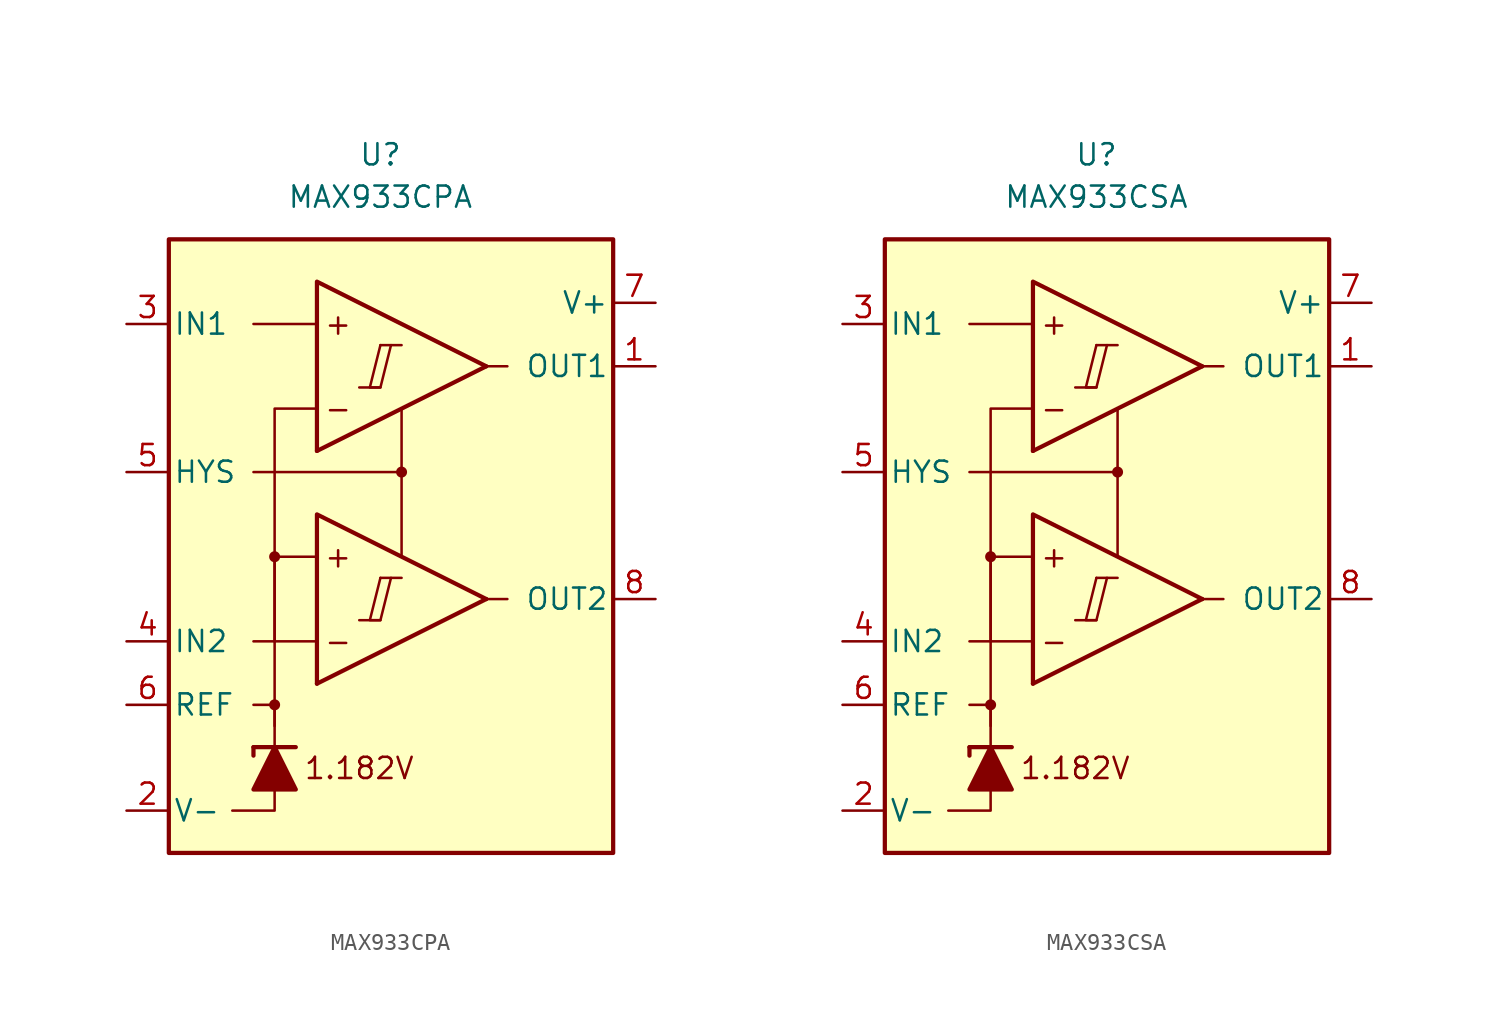
<source format=kicad_sym>
(kicad_symbol_lib
  (version 20231120)
  (generator "kicad_symbol_editor")
  (generator_version "8.0")
  (symbol "MAX933CPA"
    (pin_names
      (offset 0.254))
    (property "Reference" "U"
      (at -1.27 22.86 0)
      (effects (font (size 1.27 1.27))))
    (property "Value" "MAX933CPA"
      (at -1.27 20.32 0)
      (effects (font (size 1.27 1.27))))
    (symbol "MAX933CPA_0_0"
      (rectangle (start -13.97 17.78) (end 12.7 -19.05) (stroke (width 0.254) (type default)) (fill (type background)))
      (circle (center -7.62 -10.16) (radius 0.254) (stroke (width 0.152) (type default)) (fill (type outline)))
      (circle (center -7.62 -1.27) (radius 0.254) (stroke (width 0.152) (type default)) (fill (type outline)))
      (polyline (pts (xy -2.54 -5.08) (xy -1.27 -5.08)) (stroke (width 0.152) (type default)) (fill (type none)))
      (polyline (pts (xy -2.54 8.89) (xy -1.27 8.89)) (stroke (width 0.152) (type default)) (fill (type none)))
      (polyline (pts (xy -1.27 -2.54) (xy 0 -2.54)) (stroke (width 0.152) (type default)) (fill (type none)))
      (polyline (pts (xy -1.27 11.43) (xy 0 11.43)) (stroke (width 0.152) (type default)) (fill (type none)))
      (polyline (pts (xy 5.08 -3.81) (xy -5.08 -8.89)) (stroke (width 0.254) (type default)) (fill (type none)))
      (polyline (pts (xy 5.08 10.16) (xy -5.08 5.08)) (stroke (width 0.254) (type default)) (fill (type none)))
      (polyline (pts (xy 5.08 -3.81) (xy -5.08 1.27) (xy -5.08 -8.89)) (stroke (width 0.254) (type default)) (fill (type background)))
      (polyline (pts (xy 5.08 10.16) (xy -5.08 15.24) (xy -5.08 5.08)) (stroke (width 0.254) (type default)) (fill (type background)))
      (polyline (pts (xy -1.27 -2.54) (xy -1.905 -5.08) (xy -1.27 -5.08) (xy -0.635 -2.54)) (stroke (width 0.152) (type default)) (fill (type none)))
      (polyline (pts (xy -1.27 11.43) (xy -1.905 8.89) (xy -1.27 8.89) (xy -0.635 11.43)) (stroke (width 0.152) (type default)) (fill (type none)))
      (circle (center 0 3.81) (radius 0.254) (stroke (width 0.152) (type default)) (fill (type outline)))
      (text "+" (at -3.81 -1.27 0) (effects (font (size 1.27 1.27))))
      (text "+" (at -3.81 12.7 0) (effects (font (size 1.27 1.27))))
      (text "-" (at -3.81 -6.35 0) (effects (font (size 1.27 1.27))))
      (text "-" (at -3.81 7.62 0) (effects (font (size 1.27 1.27))))
      (text "1.182V" (at -2.54 -13.97 0) (effects (font (size 1.27 1.27)))))
    (symbol "MAX933CPA_0_1"
      (polyline (pts (xy -8.89 -12.7) (xy -8.89 -13.208)) (stroke (width 0.254) (type default)) (fill (type none)))
      (polyline (pts (xy -8.89 -12.7) (xy -6.35 -12.7)) (stroke (width 0.254) (type default)) (fill (type none)))
      (polyline (pts (xy -5.08 -6.35) (xy -8.89 -6.35)) (stroke (width 0) (type default)) (fill (type none)))
      (polyline (pts (xy -5.08 12.7) (xy -8.89 12.7)) (stroke (width 0) (type default)) (fill (type none)))
      (polyline (pts (xy 0 3.81) (xy 0 -1.27)) (stroke (width 0) (type default)) (fill (type none)))
      (polyline (pts (xy 5.08 -3.81) (xy 6.35 -3.81)) (stroke (width 0) (type default)) (fill (type none)))
      (polyline (pts (xy 5.08 10.16) (xy 6.35 10.16)) (stroke (width 0) (type default)) (fill (type none)))
      (polyline (pts (xy -7.62 -15.24) (xy -7.62 -16.51) (xy -10.16 -16.51)) (stroke (width 0) (type default)) (fill (type none)))
      (polyline (pts (xy -7.62 -12.7) (xy -7.62 -10.16) (xy -8.89 -10.16)) (stroke (width 0) (type default)) (fill (type none)))
      (polyline (pts (xy -7.62 -11.43) (xy -7.62 -1.27) (xy -5.08 -1.27)) (stroke (width 0) (type default)) (fill (type none)))
      (polyline (pts (xy -7.62 -6.35) (xy -7.62 7.62) (xy -5.08 7.62)) (stroke (width 0) (type default)) (fill (type none)))
      (polyline (pts (xy 0 7.62) (xy 0 3.81) (xy -8.89 3.81)) (stroke (width 0) (type default)) (fill (type none)))
      (polyline (pts (xy -6.35 -15.24) (xy -8.89 -15.24) (xy -7.62 -12.7) (xy -6.35 -15.24)) (stroke (width 0.254) (type default)) (fill (type outline))))
    (symbol "MAX933CPA_1_1"
      (pin output line (at 15.24 10.16 180) (length 2.54) (name "OUT1" (effects (font (size 1.27 1.27)))) (number "1" (effects (font (size 1.27 1.27)))))
      (pin power_in line (at -16.51 -16.51 0) (length 2.54) (name "V-" (effects (font (size 1.27 1.27)))) (number "2" (effects (font (size 1.27 1.27)))))
      (pin input line (at -16.51 12.7 0) (length 2.54) (name "IN1" (effects (font (size 1.27 1.27)))) (number "3" (effects (font (size 1.27 1.27)))))
      (pin input line (at -16.51 -6.35 0) (length 2.54) (name "IN2" (effects (font (size 1.27 1.27)))) (number "4" (effects (font (size 1.27 1.27)))))
      (pin input line (at -16.51 3.81 0) (length 2.54) (name "HYS" (effects (font (size 1.27 1.27)))) (number "5" (effects (font (size 1.27 1.27)))))
      (pin output line (at -16.51 -10.16 0) (length 2.54) (name "REF" (effects (font (size 1.27 1.27)))) (number "6" (effects (font (size 1.27 1.27)))))
      (pin power_in line (at 15.24 13.97 180) (length 2.54) (name "V+" (effects (font (size 1.27 1.27)))) (number "7" (effects (font (size 1.27 1.27)))))
      (pin output line (at 15.24 -3.81 180) (length 2.54) (name "OUT2" (effects (font (size 1.27 1.27)))) (number "8" (effects (font (size 1.27 1.27)))))))
  (symbol "MAX933CSA"
    (pin_names
      (offset 0.254))
    (property "Reference" "U"
      (at -1.27 22.86 0)
      (effects (font (size 1.27 1.27))))
    (property "Value" "MAX933CSA"
      (at -1.27 20.32 0)
      (effects (font (size 1.27 1.27))))
    (symbol "MAX933CSA_0_0"
      (rectangle (start -13.97 17.78) (end 12.7 -19.05) (stroke (width 0.254) (type default)) (fill (type background)))
      (circle (center -7.62 -10.16) (radius 0.254) (stroke (width 0.152) (type default)) (fill (type outline)))
      (circle (center -7.62 -1.27) (radius 0.254) (stroke (width 0.152) (type default)) (fill (type outline)))
      (polyline (pts (xy -2.54 -5.08) (xy -1.27 -5.08)) (stroke (width 0.152) (type default)) (fill (type none)))
      (polyline (pts (xy -2.54 8.89) (xy -1.27 8.89)) (stroke (width 0.152) (type default)) (fill (type none)))
      (polyline (pts (xy -1.27 -2.54) (xy 0 -2.54)) (stroke (width 0.152) (type default)) (fill (type none)))
      (polyline (pts (xy -1.27 11.43) (xy 0 11.43)) (stroke (width 0.152) (type default)) (fill (type none)))
      (polyline (pts (xy 5.08 -3.81) (xy -5.08 -8.89)) (stroke (width 0.254) (type default)) (fill (type none)))
      (polyline (pts (xy 5.08 10.16) (xy -5.08 5.08)) (stroke (width 0.254) (type default)) (fill (type none)))
      (polyline (pts (xy 5.08 -3.81) (xy -5.08 1.27) (xy -5.08 -8.89)) (stroke (width 0.254) (type default)) (fill (type background)))
      (polyline (pts (xy 5.08 10.16) (xy -5.08 15.24) (xy -5.08 5.08)) (stroke (width 0.254) (type default)) (fill (type background)))
      (polyline (pts (xy -1.27 -2.54) (xy -1.905 -5.08) (xy -1.27 -5.08) (xy -0.635 -2.54)) (stroke (width 0.152) (type default)) (fill (type none)))
      (polyline (pts (xy -1.27 11.43) (xy -1.905 8.89) (xy -1.27 8.89) (xy -0.635 11.43)) (stroke (width 0.152) (type default)) (fill (type none)))
      (circle (center 0 3.81) (radius 0.254) (stroke (width 0.152) (type default)) (fill (type outline)))
      (text "+" (at -3.81 -1.27 0) (effects (font (size 1.27 1.27))))
      (text "+" (at -3.81 12.7 0) (effects (font (size 1.27 1.27))))
      (text "-" (at -3.81 -6.35 0) (effects (font (size 1.27 1.27))))
      (text "-" (at -3.81 7.62 0) (effects (font (size 1.27 1.27))))
      (text "1.182V" (at -2.54 -13.97 0) (effects (font (size 1.27 1.27)))))
    (symbol "MAX933CSA_0_1"
      (polyline (pts (xy -8.89 -12.7) (xy -8.89 -13.208)) (stroke (width 0.254) (type default)) (fill (type none)))
      (polyline (pts (xy -8.89 -12.7) (xy -6.35 -12.7)) (stroke (width 0.254) (type default)) (fill (type none)))
      (polyline (pts (xy -5.08 -6.35) (xy -8.89 -6.35)) (stroke (width 0) (type default)) (fill (type none)))
      (polyline (pts (xy -5.08 12.7) (xy -8.89 12.7)) (stroke (width 0) (type default)) (fill (type none)))
      (polyline (pts (xy 0 3.81) (xy 0 -1.27)) (stroke (width 0) (type default)) (fill (type none)))
      (polyline (pts (xy 5.08 -3.81) (xy 6.35 -3.81)) (stroke (width 0) (type default)) (fill (type none)))
      (polyline (pts (xy 5.08 10.16) (xy 6.35 10.16)) (stroke (width 0) (type default)) (fill (type none)))
      (polyline (pts (xy -7.62 -15.24) (xy -7.62 -16.51) (xy -10.16 -16.51)) (stroke (width 0) (type default)) (fill (type none)))
      (polyline (pts (xy -7.62 -12.7) (xy -7.62 -10.16) (xy -8.89 -10.16)) (stroke (width 0) (type default)) (fill (type none)))
      (polyline (pts (xy -7.62 -11.43) (xy -7.62 -1.27) (xy -5.08 -1.27)) (stroke (width 0) (type default)) (fill (type none)))
      (polyline (pts (xy -7.62 -6.35) (xy -7.62 7.62) (xy -5.08 7.62)) (stroke (width 0) (type default)) (fill (type none)))
      (polyline (pts (xy 0 7.62) (xy 0 3.81) (xy -8.89 3.81)) (stroke (width 0) (type default)) (fill (type none)))
      (polyline (pts (xy -6.35 -15.24) (xy -8.89 -15.24) (xy -7.62 -12.7) (xy -6.35 -15.24)) (stroke (width 0.254) (type default)) (fill (type outline))))
    (symbol "MAX933CSA_1_1"
      (pin output line (at 15.24 10.16 180) (length 2.54) (name "OUT1" (effects (font (size 1.27 1.27)))) (number "1" (effects (font (size 1.27 1.27)))))
      (pin power_in line (at -16.51 -16.51 0) (length 2.54) (name "V-" (effects (font (size 1.27 1.27)))) (number "2" (effects (font (size 1.27 1.27)))))
      (pin input line (at -16.51 12.7 0) (length 2.54) (name "IN1" (effects (font (size 1.27 1.27)))) (number "3" (effects (font (size 1.27 1.27)))))
      (pin input line (at -16.51 -6.35 0) (length 2.54) (name "IN2" (effects (font (size 1.27 1.27)))) (number "4" (effects (font (size 1.27 1.27)))))
      (pin input line (at -16.51 3.81 0) (length 2.54) (name "HYS" (effects (font (size 1.27 1.27)))) (number "5" (effects (font (size 1.27 1.27)))))
      (pin output line (at -16.51 -10.16 0) (length 2.54) (name "REF" (effects (font (size 1.27 1.27)))) (number "6" (effects (font (size 1.27 1.27)))))
      (pin power_in line (at 15.24 13.97 180) (length 2.54) (name "V+" (effects (font (size 1.27 1.27)))) (number "7" (effects (font (size 1.27 1.27)))))
      (pin output line (at 15.24 -3.81 180) (length 2.54) (name "OUT2" (effects (font (size 1.27 1.27)))) (number "8" (effects (font (size 1.27 1.27))))))))
</source>
